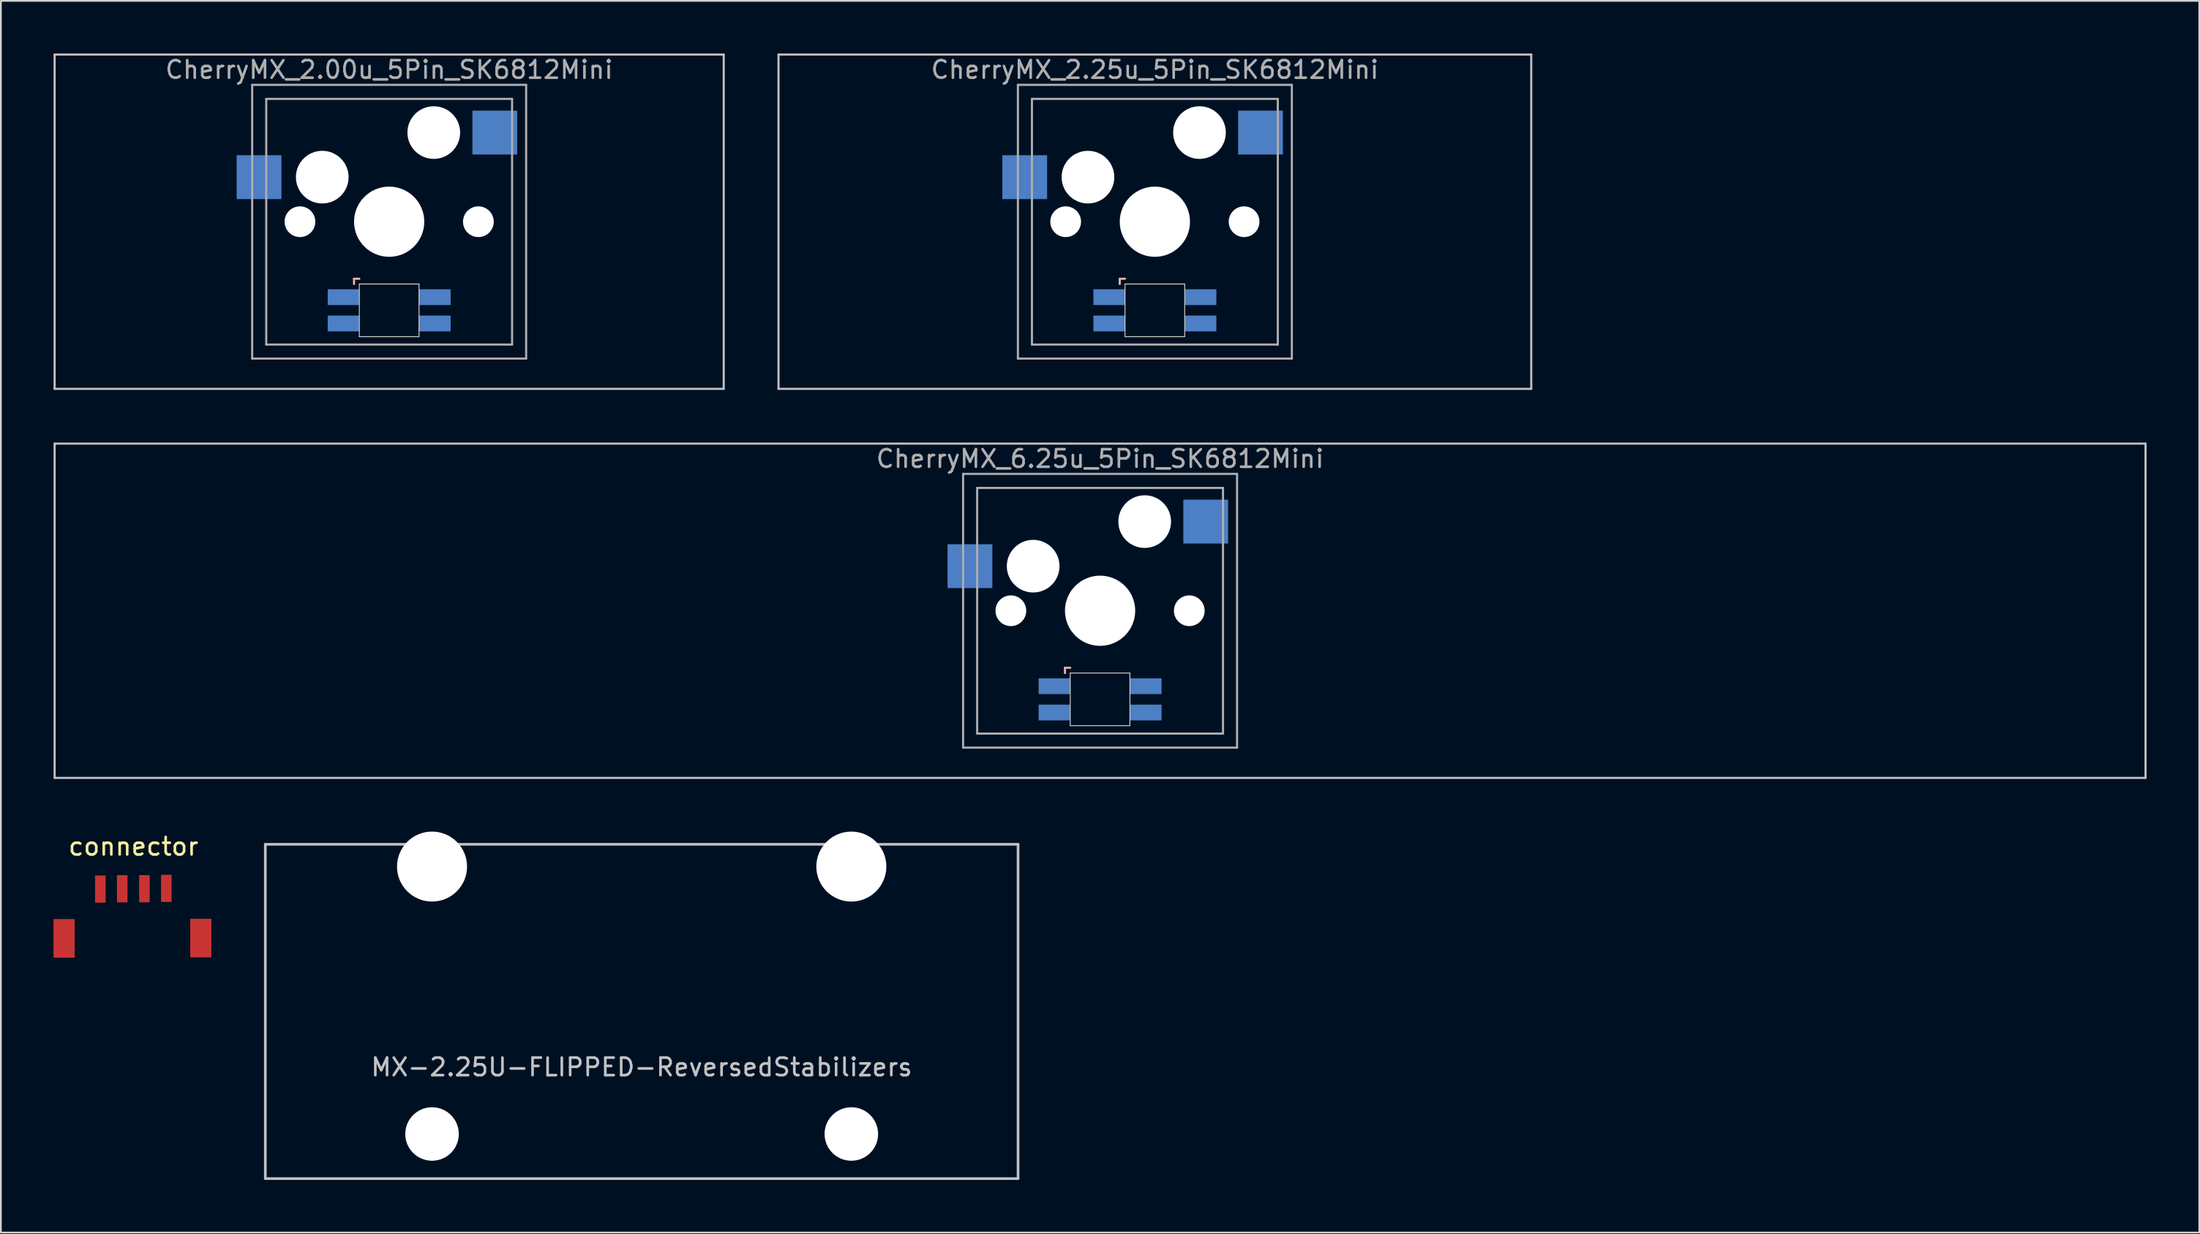
<source format=kicad_pcb>
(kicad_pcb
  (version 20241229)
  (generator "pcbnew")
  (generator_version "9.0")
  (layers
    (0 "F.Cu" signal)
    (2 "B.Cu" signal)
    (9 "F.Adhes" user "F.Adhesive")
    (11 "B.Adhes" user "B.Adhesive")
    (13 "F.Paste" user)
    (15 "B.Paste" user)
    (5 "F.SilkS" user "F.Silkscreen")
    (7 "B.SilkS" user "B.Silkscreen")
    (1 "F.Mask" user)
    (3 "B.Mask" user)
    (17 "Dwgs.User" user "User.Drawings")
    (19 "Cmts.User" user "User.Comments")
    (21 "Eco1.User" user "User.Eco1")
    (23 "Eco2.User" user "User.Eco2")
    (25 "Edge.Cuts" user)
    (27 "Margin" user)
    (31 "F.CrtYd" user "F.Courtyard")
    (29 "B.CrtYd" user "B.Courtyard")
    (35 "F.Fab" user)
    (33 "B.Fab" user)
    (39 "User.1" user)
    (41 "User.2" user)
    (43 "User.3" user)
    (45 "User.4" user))
  (footprint "CherryMX_2.25u_5Pin_SK6812Mini"
    (layer "F.Cu")
    (at 62.711 9.585)
    (property "Reference" "CherryMX_2.25u_5Pin_SK6812Mini" (at 0 -8.662 0) (layer "F.Fab") (effects (font (size 1 1) (thickness 0.15))))
    (attr through_hole)
    (fp_line (start -2 3.25) (end -2 3.55) (stroke (width 0.12) (type solid)) (layer "B.SilkS"))
    (fp_line (start -1.7 3.25) (end -2 3.25) (stroke (width 0.12) (type solid)) (layer "B.SilkS"))
    (fp_line (start -21.431 -9.525) (end 21.431 -9.525) (stroke (width 0.12) (type solid)) (layer "Dwgs.User"))
    (fp_line (start -21.431 9.525) (end -21.431 -9.525) (stroke (width 0.12) (type solid)) (layer "Dwgs.User"))
    (fp_line (start 21.431 -9.525) (end 21.431 9.525) (stroke (width 0.12) (type solid)) (layer "Dwgs.User"))
    (fp_line (start 21.431 9.525) (end -21.431 9.525) (stroke (width 0.12) (type solid)) (layer "Dwgs.User"))
    (fp_line (start -1.7 3.55) (end 1.7 3.55) (stroke (width 0.05) (type solid)) (layer "Edge.Cuts"))
    (fp_line (start -1.7 6.55) (end -1.7 3.55) (stroke (width 0.05) (type solid)) (layer "Edge.Cuts"))
    (fp_line (start 1.7 3.55) (end 1.7 6.55) (stroke (width 0.05) (type solid)) (layer "Edge.Cuts"))
    (fp_line (start 1.7 6.55) (end -1.7 6.55) (stroke (width 0.05) (type solid)) (layer "Edge.Cuts"))
    (fp_line (start -7.8 -7.8) (end -7.8 7.8) (stroke (width 0.12) (type solid)) (layer "F.Fab"))
    (fp_line (start -7.8 -7.8) (end 7.8 -7.8) (stroke (width 0.12) (type solid)) (layer "F.Fab"))
    (fp_line (start -7.8 7.8) (end 7.8 7.8) (stroke (width 0.12) (type solid)) (layer "F.Fab"))
    (fp_line (start -7 -7) (end -7 7) (stroke (width 0.12) (type solid)) (layer "F.Fab"))
    (fp_line (start -7 -7) (end 7 -7) (stroke (width 0.12) (type solid)) (layer "F.Fab"))
    (fp_line (start 7 -7) (end 7 7) (stroke (width 0.12) (type solid)) (layer "F.Fab"))
    (fp_line (start 7 7) (end -7 7) (stroke (width 0.12) (type solid)) (layer "F.Fab"))
    (fp_line (start 7.8 -7.8) (end 7.8 7.8) (stroke (width 0.12) (type solid)) (layer "F.Fab"))
    (pad "" np_thru_hole circle (at -5.08 0) (size 1.75 1.75) (drill 1.75) (layers "*.Cu" "*.Mask"))
    (pad "" np_thru_hole circle (at -3.81 -2.54) (size 3 3) (drill 3) (layers "*.Cu" "*.Mask"))
    (pad "" np_thru_hole circle (at 0 0) (size 4 4) (drill 4) (layers "*.Cu" "*.Mask"))
    (pad "" np_thru_hole circle (at 2.54 -5.08) (size 3 3) (drill 3) (layers "*.Cu" "*.Mask"))
    (pad "" np_thru_hole circle (at 5.08 0) (size 1.75 1.75) (drill 1.75) (layers "*.Cu" "*.Mask"))
    (pad "1" smd rect (at -7.41 -2.54) (size 2.55 2.5) (layers "B.Cu" "B.Mask" "B.Paste"))
    (pad "2" smd rect (at 6.015 -5.08) (size 2.55 2.5) (layers "B.Cu" "B.Mask" "B.Paste"))
    (pad "3" smd rect (at -2.6 4.3) (size 1.8 0.9) (layers "B.Cu" "B.Mask" "B.Paste"))
    (pad "4" smd rect (at -2.6 5.8) (size 1.8 0.9) (layers "B.Cu" "B.Mask" "B.Paste"))
    (pad "5" smd rect (at 2.6 4.3) (size 1.8 0.9) (layers "B.Cu" "B.Mask" "B.Paste"))
    (pad "6" smd rect (at 2.6 5.8) (size 1.8 0.9) (layers "B.Cu" "B.Mask" "B.Paste")))
  (footprint "CherryMX_2.00u_5Pin_SK6812Mini"
    (layer "F.Cu")
    (at 19.11 9.585)
    (property "Reference" "CherryMX_2.00u_5Pin_SK6812Mini" (at 0 -8.662 0) (layer "F.Fab") (effects (font (size 1 1) (thickness 0.15))))
    (attr through_hole)
    (fp_line (start -2 3.25) (end -2 3.55) (stroke (width 0.12) (type solid)) (layer "B.SilkS"))
    (fp_line (start -1.7 3.25) (end -2 3.25) (stroke (width 0.12) (type solid)) (layer "B.SilkS"))
    (fp_line (start -19.05 -9.525) (end 19.05 -9.525) (stroke (width 0.12) (type solid)) (layer "Dwgs.User"))
    (fp_line (start -19.05 9.525) (end -19.05 -9.525) (stroke (width 0.12) (type solid)) (layer "Dwgs.User"))
    (fp_line (start 19.05 -9.525) (end 19.05 9.525) (stroke (width 0.12) (type solid)) (layer "Dwgs.User"))
    (fp_line (start 19.05 9.525) (end -19.05 9.525) (stroke (width 0.12) (type solid)) (layer "Dwgs.User"))
    (fp_line (start -1.7 3.55) (end 1.7 3.55) (stroke (width 0.05) (type solid)) (layer "Edge.Cuts"))
    (fp_line (start -1.7 6.55) (end -1.7 3.55) (stroke (width 0.05) (type solid)) (layer "Edge.Cuts"))
    (fp_line (start 1.7 3.55) (end 1.7 6.55) (stroke (width 0.05) (type solid)) (layer "Edge.Cuts"))
    (fp_line (start 1.7 6.55) (end -1.7 6.55) (stroke (width 0.05) (type solid)) (layer "Edge.Cuts"))
    (fp_line (start -7.8 -7.8) (end -7.8 7.8) (stroke (width 0.12) (type solid)) (layer "F.Fab"))
    (fp_line (start -7.8 -7.8) (end 7.8 -7.8) (stroke (width 0.12) (type solid)) (layer "F.Fab"))
    (fp_line (start -7.8 7.8) (end 7.8 7.8) (stroke (width 0.12) (type solid)) (layer "F.Fab"))
    (fp_line (start -7 -7) (end -7 7) (stroke (width 0.12) (type solid)) (layer "F.Fab"))
    (fp_line (start -7 -7) (end 7 -7) (stroke (width 0.12) (type solid)) (layer "F.Fab"))
    (fp_line (start 7 -7) (end 7 7) (stroke (width 0.12) (type solid)) (layer "F.Fab"))
    (fp_line (start 7 7) (end -7 7) (stroke (width 0.12) (type solid)) (layer "F.Fab"))
    (fp_line (start 7.8 -7.8) (end 7.8 7.8) (stroke (width 0.12) (type solid)) (layer "F.Fab"))
    (pad "" np_thru_hole circle (at -5.08 0) (size 1.75 1.75) (drill 1.75) (layers "*.Cu" "*.Mask"))
    (pad "" np_thru_hole circle (at -3.81 -2.54) (size 3 3) (drill 3) (layers "*.Cu" "*.Mask"))
    (pad "" np_thru_hole circle (at 0 0) (size 4 4) (drill 4) (layers "*.Cu" "*.Mask"))
    (pad "" np_thru_hole circle (at 2.54 -5.08) (size 3 3) (drill 3) (layers "*.Cu" "*.Mask"))
    (pad "" np_thru_hole circle (at 5.08 0) (size 1.75 1.75) (drill 1.75) (layers "*.Cu" "*.Mask"))
    (pad "1" smd rect (at -7.41 -2.54) (size 2.55 2.5) (layers "B.Cu" "B.Mask" "B.Paste"))
    (pad "2" smd rect (at 6.015 -5.08) (size 2.55 2.5) (layers "B.Cu" "B.Mask" "B.Paste"))
    (pad "3" smd rect (at -2.6 4.3) (size 1.8 0.9) (layers "B.Cu" "B.Mask" "B.Paste"))
    (pad "4" smd rect (at -2.6 5.8) (size 1.8 0.9) (layers "B.Cu" "B.Mask" "B.Paste"))
    (pad "5" smd rect (at 2.6 4.3) (size 1.8 0.9) (layers "B.Cu" "B.Mask" "B.Paste"))
    (pad "6" smd rect (at 2.6 5.8) (size 1.8 0.9) (layers "B.Cu" "B.Mask" "B.Paste")))
  (footprint "connector"
    (layer "F.Cu")
    (at 4.537 49.603)
    (property "Reference" "connector" (at 0.013 -4.415 180) (layer "F.SilkS") (effects (font (size 1 1) (thickness 0.15))))
    (attr smd)
    (pad "" smd rect (at -3.937 0.823) (size 1.2 2.2) (layers "F.Cu" "F.Mask" "F.Paste"))
    (pad "" smd rect (at 3.846 0.805) (size 1.2 2.2) (layers "F.Cu" "F.Mask" "F.Paste"))
    (pad "1" smd rect (at -1.873 -1.986) (size 0.6 1.55) (layers "F.Cu" "F.Mask" "F.Paste"))
    (pad "2" smd rect (at -0.627 -2.004) (size 0.6 1.55) (layers "F.Cu" "F.Mask" "F.Paste"))
    (pad "3" smd rect (at 0.636 -2.009) (size 0.6 1.55) (layers "F.Cu" "F.Mask" "F.Paste"))
    (pad "4" smd rect (at 1.882 -2.027) (size 0.6 1.55) (layers "F.Cu" "F.Mask" "F.Paste")))
  (footprint "MX-2.25U-FLIPPED-ReversedStabilizers"
    (layer "F.Cu")
    (at 33.489 54.589)
    (property "Reference" "MX-2.25U-FLIPPED-ReversedStabilizers" (at 0 3.175 0) (layer "Dwgs.User") (effects (font (size 1 1) (thickness 0.15))))
    (attr through_hole)
    (fp_line (start -21.431 -9.525) (end 21.431 -9.525) (stroke (width 0.15) (type solid)) (layer "Dwgs.User"))
    (fp_line (start -21.431 9.525) (end -21.431 -9.525) (stroke (width 0.15) (type solid)) (layer "Dwgs.User"))
    (fp_line (start -21.431 9.525) (end 21.431 9.525) (stroke (width 0.15) (type solid)) (layer "Dwgs.User"))
    (fp_line (start 21.431 -9.525) (end 21.431 9.525) (stroke (width 0.15) (type solid)) (layer "Dwgs.User"))
    (pad "" np_thru_hole circle (at -11.938 -8.255) (size 3.988 3.988) (drill 3.988) (layers "*.Cu" "*.Mask"))
    (pad "" np_thru_hole circle (at -11.938 6.985) (size 3.048 3.048) (drill 3.048) (layers "*.Cu" "*.Mask"))
    (pad "" np_thru_hole circle (at 11.938 -8.255) (size 3.988 3.988) (drill 3.988) (layers "*.Cu" "*.Mask"))
    (pad "" np_thru_hole circle (at 11.938 6.985) (size 3.048 3.048) (drill 3.048) (layers "*.Cu" "*.Mask")))
  (footprint "CherryMX_6.25u_5Pin_SK6812Mini"
    (layer "F.Cu")
    (at 59.591 31.755)
    (property "Reference" "CherryMX_6.25u_5Pin_SK6812Mini" (at 0 -8.662 0) (layer "F.Fab") (effects (font (size 1 1) (thickness 0.15))))
    (attr through_hole)
    (fp_line (start -2 3.25) (end -2 3.55) (stroke (width 0.12) (type solid)) (layer "B.SilkS"))
    (fp_line (start -1.7 3.25) (end -2 3.25) (stroke (width 0.12) (type solid)) (layer "B.SilkS"))
    (fp_line (start -59.531 -9.525) (end 59.531 -9.525) (stroke (width 0.12) (type solid)) (layer "Dwgs.User"))
    (fp_line (start -59.531 9.525) (end -59.531 -9.525) (stroke (width 0.12) (type solid)) (layer "Dwgs.User"))
    (fp_line (start 59.531 -9.525) (end 59.531 9.525) (stroke (width 0.12) (type solid)) (layer "Dwgs.User"))
    (fp_line (start 59.531 9.525) (end -59.531 9.525) (stroke (width 0.12) (type solid)) (layer "Dwgs.User"))
    (fp_line (start -1.7 3.55) (end 1.7 3.55) (stroke (width 0.05) (type solid)) (layer "Edge.Cuts"))
    (fp_line (start -1.7 6.55) (end -1.7 3.55) (stroke (width 0.05) (type solid)) (layer "Edge.Cuts"))
    (fp_line (start 1.7 3.55) (end 1.7 6.55) (stroke (width 0.05) (type solid)) (layer "Edge.Cuts"))
    (fp_line (start 1.7 6.55) (end -1.7 6.55) (stroke (width 0.05) (type solid)) (layer "Edge.Cuts"))
    (fp_line (start -7.8 -7.8) (end -7.8 7.8) (stroke (width 0.12) (type solid)) (layer "F.Fab"))
    (fp_line (start -7.8 -7.8) (end 7.8 -7.8) (stroke (width 0.12) (type solid)) (layer "F.Fab"))
    (fp_line (start -7.8 7.8) (end 7.8 7.8) (stroke (width 0.12) (type solid)) (layer "F.Fab"))
    (fp_line (start -7 -7) (end -7 7) (stroke (width 0.12) (type solid)) (layer "F.Fab"))
    (fp_line (start -7 -7) (end 7 -7) (stroke (width 0.12) (type solid)) (layer "F.Fab"))
    (fp_line (start 7 -7) (end 7 7) (stroke (width 0.12) (type solid)) (layer "F.Fab"))
    (fp_line (start 7 7) (end -7 7) (stroke (width 0.12) (type solid)) (layer "F.Fab"))
    (fp_line (start 7.8 -7.8) (end 7.8 7.8) (stroke (width 0.12) (type solid)) (layer "F.Fab"))
    (pad "" np_thru_hole circle (at -5.08 0) (size 1.75 1.75) (drill 1.75) (layers "*.Cu" "*.Mask"))
    (pad "" np_thru_hole circle (at -3.81 -2.54) (size 3 3) (drill 3) (layers "*.Cu" "*.Mask"))
    (pad "" np_thru_hole circle (at 0 0) (size 4 4) (drill 4) (layers "*.Cu" "*.Mask"))
    (pad "" np_thru_hole circle (at 2.54 -5.08) (size 3 3) (drill 3) (layers "*.Cu" "*.Mask"))
    (pad "" np_thru_hole circle (at 5.08 0) (size 1.75 1.75) (drill 1.75) (layers "*.Cu" "*.Mask"))
    (pad "1" smd rect (at -7.41 -2.54) (size 2.55 2.5) (layers "B.Cu" "B.Mask" "B.Paste"))
    (pad "2" smd rect (at 6.015 -5.08) (size 2.55 2.5) (layers "B.Cu" "B.Mask" "B.Paste"))
    (pad "3" smd rect (at -2.6 4.3) (size 1.8 0.9) (layers "B.Cu" "B.Mask" "B.Paste"))
    (pad "4" smd rect (at -2.6 5.8) (size 1.8 0.9) (layers "B.Cu" "B.Mask" "B.Paste"))
    (pad "5" smd rect (at 2.6 4.3) (size 1.8 0.9) (layers "B.Cu" "B.Mask" "B.Paste"))
    (pad "6" smd rect (at 2.6 5.8) (size 1.8 0.9) (layers "B.Cu" "B.Mask" "B.Paste")))
  (gr_rect
    (start -3 -3)
    (end 122.183 67.189)
    (stroke (width 0.1) (type default))
    (fill no)
    (layer "Edge.Cuts")))
</source>
